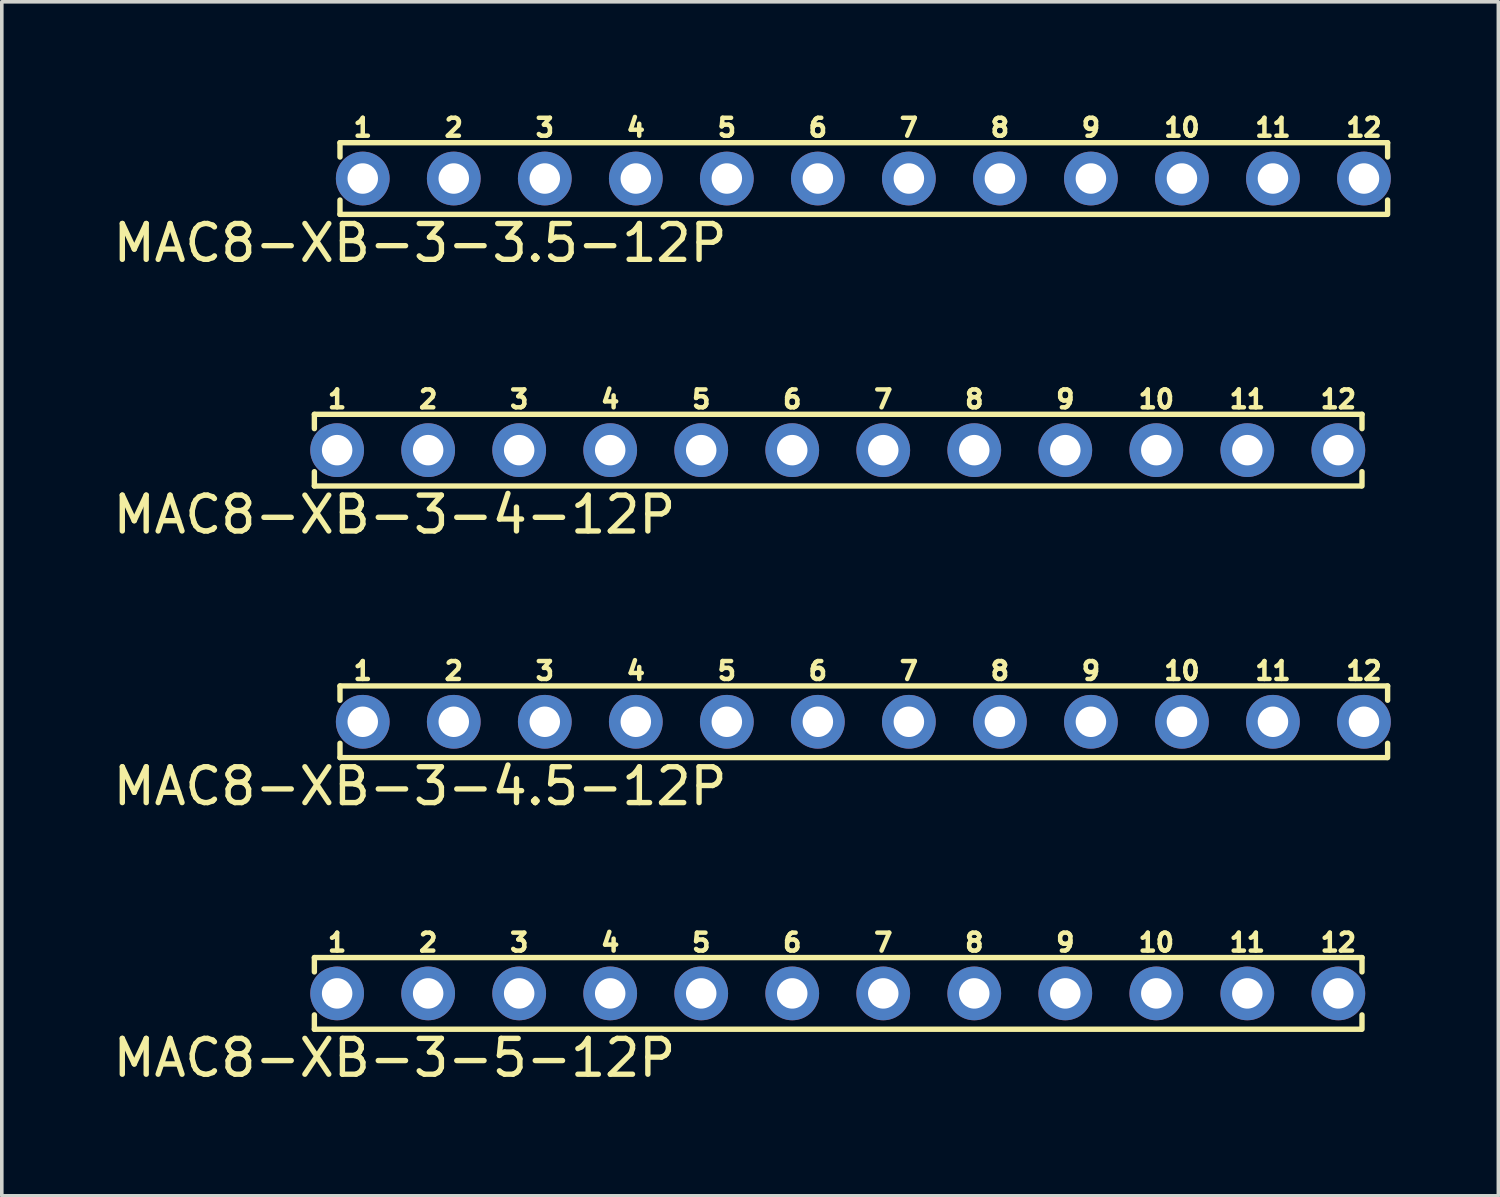
<source format=kicad_pcb>
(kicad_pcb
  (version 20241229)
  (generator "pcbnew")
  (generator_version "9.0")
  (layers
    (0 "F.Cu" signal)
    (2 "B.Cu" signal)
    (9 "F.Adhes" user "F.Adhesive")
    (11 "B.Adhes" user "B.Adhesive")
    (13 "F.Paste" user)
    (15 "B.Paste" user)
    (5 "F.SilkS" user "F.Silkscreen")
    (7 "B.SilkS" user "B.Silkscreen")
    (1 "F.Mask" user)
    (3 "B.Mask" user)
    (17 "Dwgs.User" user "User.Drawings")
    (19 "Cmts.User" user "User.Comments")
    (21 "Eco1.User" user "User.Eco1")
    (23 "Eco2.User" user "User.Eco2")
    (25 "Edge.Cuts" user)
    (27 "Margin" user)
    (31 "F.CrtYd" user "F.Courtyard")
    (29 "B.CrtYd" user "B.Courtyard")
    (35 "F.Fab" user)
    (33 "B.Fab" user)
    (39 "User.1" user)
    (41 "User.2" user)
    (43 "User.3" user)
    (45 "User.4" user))
  (footprint "MAC8-XB-3-5-12P"
    (layer "F.Cu")
    (at 6.358 24.672)
    (property "Reference" "MAC8-XB-3-5-12P" (at 1.6 1.8 0) (layer "F.SilkS") (effects (font (size 1 1) (thickness 0.15))))
    (attr through_hole)
    (fp_line (start -0.635 -1) (end -0.635 -0.6) (stroke (width 0.15) (type solid)) (layer "F.SilkS"))
    (fp_line (start -0.635 -1) (end 28.6 -1) (stroke (width 0.15) (type solid)) (layer "F.SilkS"))
    (fp_line (start -0.635 1) (end -0.635 0.6) (stroke (width 0.15) (type solid)) (layer "F.SilkS"))
    (fp_line (start -0.635 1) (end 28.575 1) (stroke (width 0.15) (type solid)) (layer "F.SilkS"))
    (fp_line (start 28.6 -1) (end 28.6 -0.6) (stroke (width 0.15) (type solid)) (layer "F.SilkS"))
    (fp_line (start 28.6 0.6) (end 28.6 1) (stroke (width 0.15) (type solid)) (layer "F.SilkS"))
    (fp_text user "12" (at 27.94 -1.42 0) (layer "F.SilkS") (effects (font (size 0.5 0.5) (thickness 0.125))))
    (fp_text user "8" (at 17.78 -1.42 0) (layer "F.SilkS") (effects (font (size 0.5 0.5) (thickness 0.125))))
    (fp_text user "6" (at 12.7 -1.42 0) (layer "F.SilkS") (effects (font (size 0.5 0.5) (thickness 0.125))))
    (fp_text user "4" (at 7.62 -1.42 0) (layer "F.SilkS") (effects (font (size 0.5 0.5) (thickness 0.125))))
    (fp_text user "2" (at 2.54 -1.42 0) (layer "F.SilkS") (effects (font (size 0.5 0.5) (thickness 0.125))))
    (fp_text user "9" (at 20.32 -1.42 0) (layer "F.SilkS") (effects (font (size 0.5 0.5) (thickness 0.125))))
    (fp_text user "1" (at 0 -1.42 0) (layer "F.SilkS") (effects (font (size 0.5 0.5) (thickness 0.125))))
    (fp_text user "10" (at 22.86 -1.42 0) (layer "F.SilkS") (effects (font (size 0.5 0.5) (thickness 0.125))))
    (fp_text user "11" (at 25.4 -1.42 0) (layer "F.SilkS") (effects (font (size 0.5 0.5) (thickness 0.125))))
    (fp_text user "3" (at 5.08 -1.42 0) (layer "F.SilkS") (effects (font (size 0.5 0.5) (thickness 0.125))))
    (fp_text user "7" (at 15.24 -1.42 0) (layer "F.SilkS") (effects (font (size 0.5 0.5) (thickness 0.125))))
    (fp_text user "5" (at 10.16 -1.42 0) (layer "F.SilkS") (effects (font (size 0.5 0.5) (thickness 0.125))))
    (pad "1" thru_hole circle (at 0 0 90) (size 1.5 1.5) (drill 0.85) (layers "*.Cu" "*.Mask"))
    (pad "2" thru_hole circle (at 2.54 0) (size 1.5 1.5) (drill 0.85) (layers "*.Cu" "*.Mask"))
    (pad "3" thru_hole circle (at 5.08 0) (size 1.5 1.5) (drill 0.85) (layers "*.Cu" "*.Mask"))
    (pad "4" thru_hole circle (at 7.62 0) (size 1.5 1.5) (drill 0.85) (layers "*.Cu" "*.Mask"))
    (pad "5" thru_hole circle (at 10.16 0) (size 1.5 1.5) (drill 0.85) (layers "*.Cu" "*.Mask"))
    (pad "6" thru_hole circle (at 12.7 0) (size 1.5 1.5) (drill 0.85) (layers "*.Cu" "*.Mask"))
    (pad "7" thru_hole circle (at 15.24 0) (size 1.5 1.5) (drill 0.85) (layers "*.Cu" "*.Mask"))
    (pad "8" thru_hole circle (at 17.78 0) (size 1.5 1.5) (drill 0.85) (layers "*.Cu" "*.Mask"))
    (pad "9" thru_hole circle (at 20.32 0) (size 1.5 1.5) (drill 0.85) (layers "*.Cu" "*.Mask"))
    (pad "10" thru_hole circle (at 22.86 0) (size 1.5 1.5) (drill 0.85) (layers "*.Cu" "*.Mask"))
    (pad "11" thru_hole circle (at 25.4 0) (size 1.5 1.5) (drill 0.85) (layers "*.Cu" "*.Mask"))
    (pad "12" thru_hole circle (at 27.94 0) (size 1.5 1.5) (drill 0.85) (layers "*.Cu" "*.Mask")))
  (footprint "MAC8-XB-3-3.5-12P"
    (layer "F.Cu")
    (at 7.073 1.932)
    (property "Reference" "MAC8-XB-3-3.5-12P" (at 1.6 1.8 0) (layer "F.SilkS") (effects (font (size 1 1) (thickness 0.15))))
    (attr through_hole)
    (fp_line (start -0.635 -1) (end -0.635 -0.6) (stroke (width 0.15) (type solid)) (layer "F.SilkS"))
    (fp_line (start -0.635 -1) (end 28.6 -1) (stroke (width 0.15) (type solid)) (layer "F.SilkS"))
    (fp_line (start -0.635 1) (end -0.635 0.6) (stroke (width 0.15) (type solid)) (layer "F.SilkS"))
    (fp_line (start -0.635 1) (end 28.575 1) (stroke (width 0.15) (type solid)) (layer "F.SilkS"))
    (fp_line (start 28.6 -1) (end 28.6 -0.6) (stroke (width 0.15) (type solid)) (layer "F.SilkS"))
    (fp_line (start 28.6 0.6) (end 28.6 1) (stroke (width 0.15) (type solid)) (layer "F.SilkS"))
    (fp_text user "10" (at 22.86 -1.42 0) (layer "F.SilkS") (effects (font (size 0.5 0.5) (thickness 0.125))))
    (fp_text user "6" (at 12.7 -1.42 0) (layer "F.SilkS") (effects (font (size 0.5 0.5) (thickness 0.125))))
    (fp_text user "9" (at 20.32 -1.42 0) (layer "F.SilkS") (effects (font (size 0.5 0.5) (thickness 0.125))))
    (fp_text user "3" (at 5.08 -1.42 0) (layer "F.SilkS") (effects (font (size 0.5 0.5) (thickness 0.125))))
    (fp_text user "4" (at 7.62 -1.42 0) (layer "F.SilkS") (effects (font (size 0.5 0.5) (thickness 0.125))))
    (fp_text user "1" (at 0 -1.42 0) (layer "F.SilkS") (effects (font (size 0.5 0.5) (thickness 0.125))))
    (fp_text user "5" (at 10.16 -1.42 0) (layer "F.SilkS") (effects (font (size 0.5 0.5) (thickness 0.125))))
    (fp_text user "11" (at 25.4 -1.42 0) (layer "F.SilkS") (effects (font (size 0.5 0.5) (thickness 0.125))))
    (fp_text user "12" (at 27.94 -1.42 0) (layer "F.SilkS") (effects (font (size 0.5 0.5) (thickness 0.125))))
    (fp_text user "7" (at 15.24 -1.42 0) (layer "F.SilkS") (effects (font (size 0.5 0.5) (thickness 0.125))))
    (fp_text user "8" (at 17.78 -1.42 0) (layer "F.SilkS") (effects (font (size 0.5 0.5) (thickness 0.125))))
    (fp_text user "2" (at 2.54 -1.42 0) (layer "F.SilkS") (effects (font (size 0.5 0.5) (thickness 0.125))))
    (pad "1" thru_hole circle (at 0 0 90) (size 1.5 1.5) (drill 0.85) (layers "*.Cu" "*.Mask"))
    (pad "2" thru_hole circle (at 2.54 0) (size 1.5 1.5) (drill 0.85) (layers "*.Cu" "*.Mask"))
    (pad "3" thru_hole circle (at 5.08 0) (size 1.5 1.5) (drill 0.85) (layers "*.Cu" "*.Mask"))
    (pad "4" thru_hole circle (at 7.62 0) (size 1.5 1.5) (drill 0.85) (layers "*.Cu" "*.Mask"))
    (pad "5" thru_hole circle (at 10.16 0) (size 1.5 1.5) (drill 0.85) (layers "*.Cu" "*.Mask"))
    (pad "6" thru_hole circle (at 12.7 0) (size 1.5 1.5) (drill 0.85) (layers "*.Cu" "*.Mask"))
    (pad "7" thru_hole circle (at 15.24 0) (size 1.5 1.5) (drill 0.85) (layers "*.Cu" "*.Mask"))
    (pad "8" thru_hole circle (at 17.78 0) (size 1.5 1.5) (drill 0.85) (layers "*.Cu" "*.Mask"))
    (pad "9" thru_hole circle (at 20.32 0) (size 1.5 1.5) (drill 0.85) (layers "*.Cu" "*.Mask"))
    (pad "10" thru_hole circle (at 22.86 0) (size 1.5 1.5) (drill 0.85) (layers "*.Cu" "*.Mask"))
    (pad "11" thru_hole circle (at 25.4 0) (size 1.5 1.5) (drill 0.85) (layers "*.Cu" "*.Mask"))
    (pad "12" thru_hole circle (at 27.94 0) (size 1.5 1.5) (drill 0.85) (layers "*.Cu" "*.Mask")))
  (footprint "MAC8-XB-3-4-12P"
    (layer "F.Cu")
    (at 6.358 9.512)
    (property "Reference" "MAC8-XB-3-4-12P" (at 1.6 1.8 0) (layer "F.SilkS") (effects (font (size 1 1) (thickness 0.15))))
    (attr through_hole)
    (fp_line (start -0.635 -1) (end -0.635 -0.6) (stroke (width 0.15) (type solid)) (layer "F.SilkS"))
    (fp_line (start -0.635 -1) (end 28.6 -1) (stroke (width 0.15) (type solid)) (layer "F.SilkS"))
    (fp_line (start -0.635 1) (end -0.635 0.6) (stroke (width 0.15) (type solid)) (layer "F.SilkS"))
    (fp_line (start -0.635 1) (end 28.575 1) (stroke (width 0.15) (type solid)) (layer "F.SilkS"))
    (fp_line (start 28.6 -1) (end 28.6 -0.6) (stroke (width 0.15) (type solid)) (layer "F.SilkS"))
    (fp_line (start 28.6 0.6) (end 28.6 1) (stroke (width 0.15) (type solid)) (layer "F.SilkS"))
    (fp_text user "3" (at 5.08 -1.42 0) (layer "F.SilkS") (effects (font (size 0.5 0.5) (thickness 0.125))))
    (fp_text user "1" (at 0 -1.42 0) (layer "F.SilkS") (effects (font (size 0.5 0.5) (thickness 0.125))))
    (fp_text user "10" (at 22.86 -1.42 0) (layer "F.SilkS") (effects (font (size 0.5 0.5) (thickness 0.125))))
    (fp_text user "12" (at 27.94 -1.42 0) (layer "F.SilkS") (effects (font (size 0.5 0.5) (thickness 0.125))))
    (fp_text user "8" (at 17.78 -1.42 0) (layer "F.SilkS") (effects (font (size 0.5 0.5) (thickness 0.125))))
    (fp_text user "5" (at 10.16 -1.42 0) (layer "F.SilkS") (effects (font (size 0.5 0.5) (thickness 0.125))))
    (fp_text user "4" (at 7.62 -1.42 0) (layer "F.SilkS") (effects (font (size 0.5 0.5) (thickness 0.125))))
    (fp_text user "9" (at 20.32 -1.42 0) (layer "F.SilkS") (effects (font (size 0.5 0.5) (thickness 0.125))))
    (fp_text user "7" (at 15.24 -1.42 0) (layer "F.SilkS") (effects (font (size 0.5 0.5) (thickness 0.125))))
    (fp_text user "2" (at 2.54 -1.42 0) (layer "F.SilkS") (effects (font (size 0.5 0.5) (thickness 0.125))))
    (fp_text user "11" (at 25.4 -1.42 0) (layer "F.SilkS") (effects (font (size 0.5 0.5) (thickness 0.125))))
    (fp_text user "6" (at 12.7 -1.42 0) (layer "F.SilkS") (effects (font (size 0.5 0.5) (thickness 0.125))))
    (pad "1" thru_hole circle (at 0 0 90) (size 1.5 1.5) (drill 0.85) (layers "*.Cu" "*.Mask"))
    (pad "2" thru_hole circle (at 2.54 0) (size 1.5 1.5) (drill 0.85) (layers "*.Cu" "*.Mask"))
    (pad "3" thru_hole circle (at 5.08 0) (size 1.5 1.5) (drill 0.85) (layers "*.Cu" "*.Mask"))
    (pad "4" thru_hole circle (at 7.62 0) (size 1.5 1.5) (drill 0.85) (layers "*.Cu" "*.Mask"))
    (pad "5" thru_hole circle (at 10.16 0) (size 1.5 1.5) (drill 0.85) (layers "*.Cu" "*.Mask"))
    (pad "6" thru_hole circle (at 12.7 0) (size 1.5 1.5) (drill 0.85) (layers "*.Cu" "*.Mask"))
    (pad "7" thru_hole circle (at 15.24 0) (size 1.5 1.5) (drill 0.85) (layers "*.Cu" "*.Mask"))
    (pad "8" thru_hole circle (at 17.78 0) (size 1.5 1.5) (drill 0.85) (layers "*.Cu" "*.Mask"))
    (pad "9" thru_hole circle (at 20.32 0) (size 1.5 1.5) (drill 0.85) (layers "*.Cu" "*.Mask"))
    (pad "10" thru_hole circle (at 22.86 0) (size 1.5 1.5) (drill 0.85) (layers "*.Cu" "*.Mask"))
    (pad "11" thru_hole circle (at 25.4 0) (size 1.5 1.5) (drill 0.85) (layers "*.Cu" "*.Mask"))
    (pad "12" thru_hole circle (at 27.94 0) (size 1.5 1.5) (drill 0.85) (layers "*.Cu" "*.Mask")))
  (footprint "MAC8-XB-3-4.5-12P"
    (layer "F.Cu")
    (at 7.073 17.092)
    (property "Reference" "MAC8-XB-3-4.5-12P" (at 1.6 1.8 0) (layer "F.SilkS") (effects (font (size 1 1) (thickness 0.15))))
    (attr through_hole)
    (fp_line (start -0.635 -1) (end -0.635 -0.6) (stroke (width 0.15) (type solid)) (layer "F.SilkS"))
    (fp_line (start -0.635 -1) (end 28.6 -1) (stroke (width 0.15) (type solid)) (layer "F.SilkS"))
    (fp_line (start -0.635 1) (end -0.635 0.6) (stroke (width 0.15) (type solid)) (layer "F.SilkS"))
    (fp_line (start -0.635 1) (end 28.575 1) (stroke (width 0.15) (type solid)) (layer "F.SilkS"))
    (fp_line (start 28.6 -1) (end 28.6 -0.6) (stroke (width 0.15) (type solid)) (layer "F.SilkS"))
    (fp_line (start 28.6 0.6) (end 28.6 1) (stroke (width 0.15) (type solid)) (layer "F.SilkS"))
    (fp_text user "12" (at 27.94 -1.42 0) (layer "F.SilkS") (effects (font (size 0.5 0.5) (thickness 0.125))))
    (fp_text user "9" (at 20.32 -1.42 0) (layer "F.SilkS") (effects (font (size 0.5 0.5) (thickness 0.125))))
    (fp_text user "3" (at 5.08 -1.42 0) (layer "F.SilkS") (effects (font (size 0.5 0.5) (thickness 0.125))))
    (fp_text user "1" (at 0 -1.42 0) (layer "F.SilkS") (effects (font (size 0.5 0.5) (thickness 0.125))))
    (fp_text user "8" (at 17.78 -1.42 0) (layer "F.SilkS") (effects (font (size 0.5 0.5) (thickness 0.125))))
    (fp_text user "2" (at 2.54 -1.42 0) (layer "F.SilkS") (effects (font (size 0.5 0.5) (thickness 0.125))))
    (fp_text user "5" (at 10.16 -1.42 0) (layer "F.SilkS") (effects (font (size 0.5 0.5) (thickness 0.125))))
    (fp_text user "11" (at 25.4 -1.42 0) (layer "F.SilkS") (effects (font (size 0.5 0.5) (thickness 0.125))))
    (fp_text user "4" (at 7.62 -1.42 0) (layer "F.SilkS") (effects (font (size 0.5 0.5) (thickness 0.125))))
    (fp_text user "6" (at 12.7 -1.42 0) (layer "F.SilkS") (effects (font (size 0.5 0.5) (thickness 0.125))))
    (fp_text user "10" (at 22.86 -1.42 0) (layer "F.SilkS") (effects (font (size 0.5 0.5) (thickness 0.125))))
    (fp_text user "7" (at 15.24 -1.42 0) (layer "F.SilkS") (effects (font (size 0.5 0.5) (thickness 0.125))))
    (pad "1" thru_hole circle (at 0 0 90) (size 1.5 1.5) (drill 0.85) (layers "*.Cu" "*.Mask"))
    (pad "2" thru_hole circle (at 2.54 0) (size 1.5 1.5) (drill 0.85) (layers "*.Cu" "*.Mask"))
    (pad "3" thru_hole circle (at 5.08 0) (size 1.5 1.5) (drill 0.85) (layers "*.Cu" "*.Mask"))
    (pad "4" thru_hole circle (at 7.62 0) (size 1.5 1.5) (drill 0.85) (layers "*.Cu" "*.Mask"))
    (pad "5" thru_hole circle (at 10.16 0) (size 1.5 1.5) (drill 0.85) (layers "*.Cu" "*.Mask"))
    (pad "6" thru_hole circle (at 12.7 0) (size 1.5 1.5) (drill 0.85) (layers "*.Cu" "*.Mask"))
    (pad "7" thru_hole circle (at 15.24 0) (size 1.5 1.5) (drill 0.85) (layers "*.Cu" "*.Mask"))
    (pad "8" thru_hole circle (at 17.78 0) (size 1.5 1.5) (drill 0.85) (layers "*.Cu" "*.Mask"))
    (pad "9" thru_hole circle (at 20.32 0) (size 1.5 1.5) (drill 0.85) (layers "*.Cu" "*.Mask"))
    (pad "10" thru_hole circle (at 22.86 0) (size 1.5 1.5) (drill 0.85) (layers "*.Cu" "*.Mask"))
    (pad "11" thru_hole circle (at 25.4 0) (size 1.5 1.5) (drill 0.85) (layers "*.Cu" "*.Mask"))
    (pad "12" thru_hole circle (at 27.94 0) (size 1.5 1.5) (drill 0.85) (layers "*.Cu" "*.Mask")))
  (gr_rect
    (start -3 -3)
    (end 38.763 30.32)
    (stroke (width 0.1) (type default))
    (fill no)
    (layer "Edge.Cuts")))
</source>
